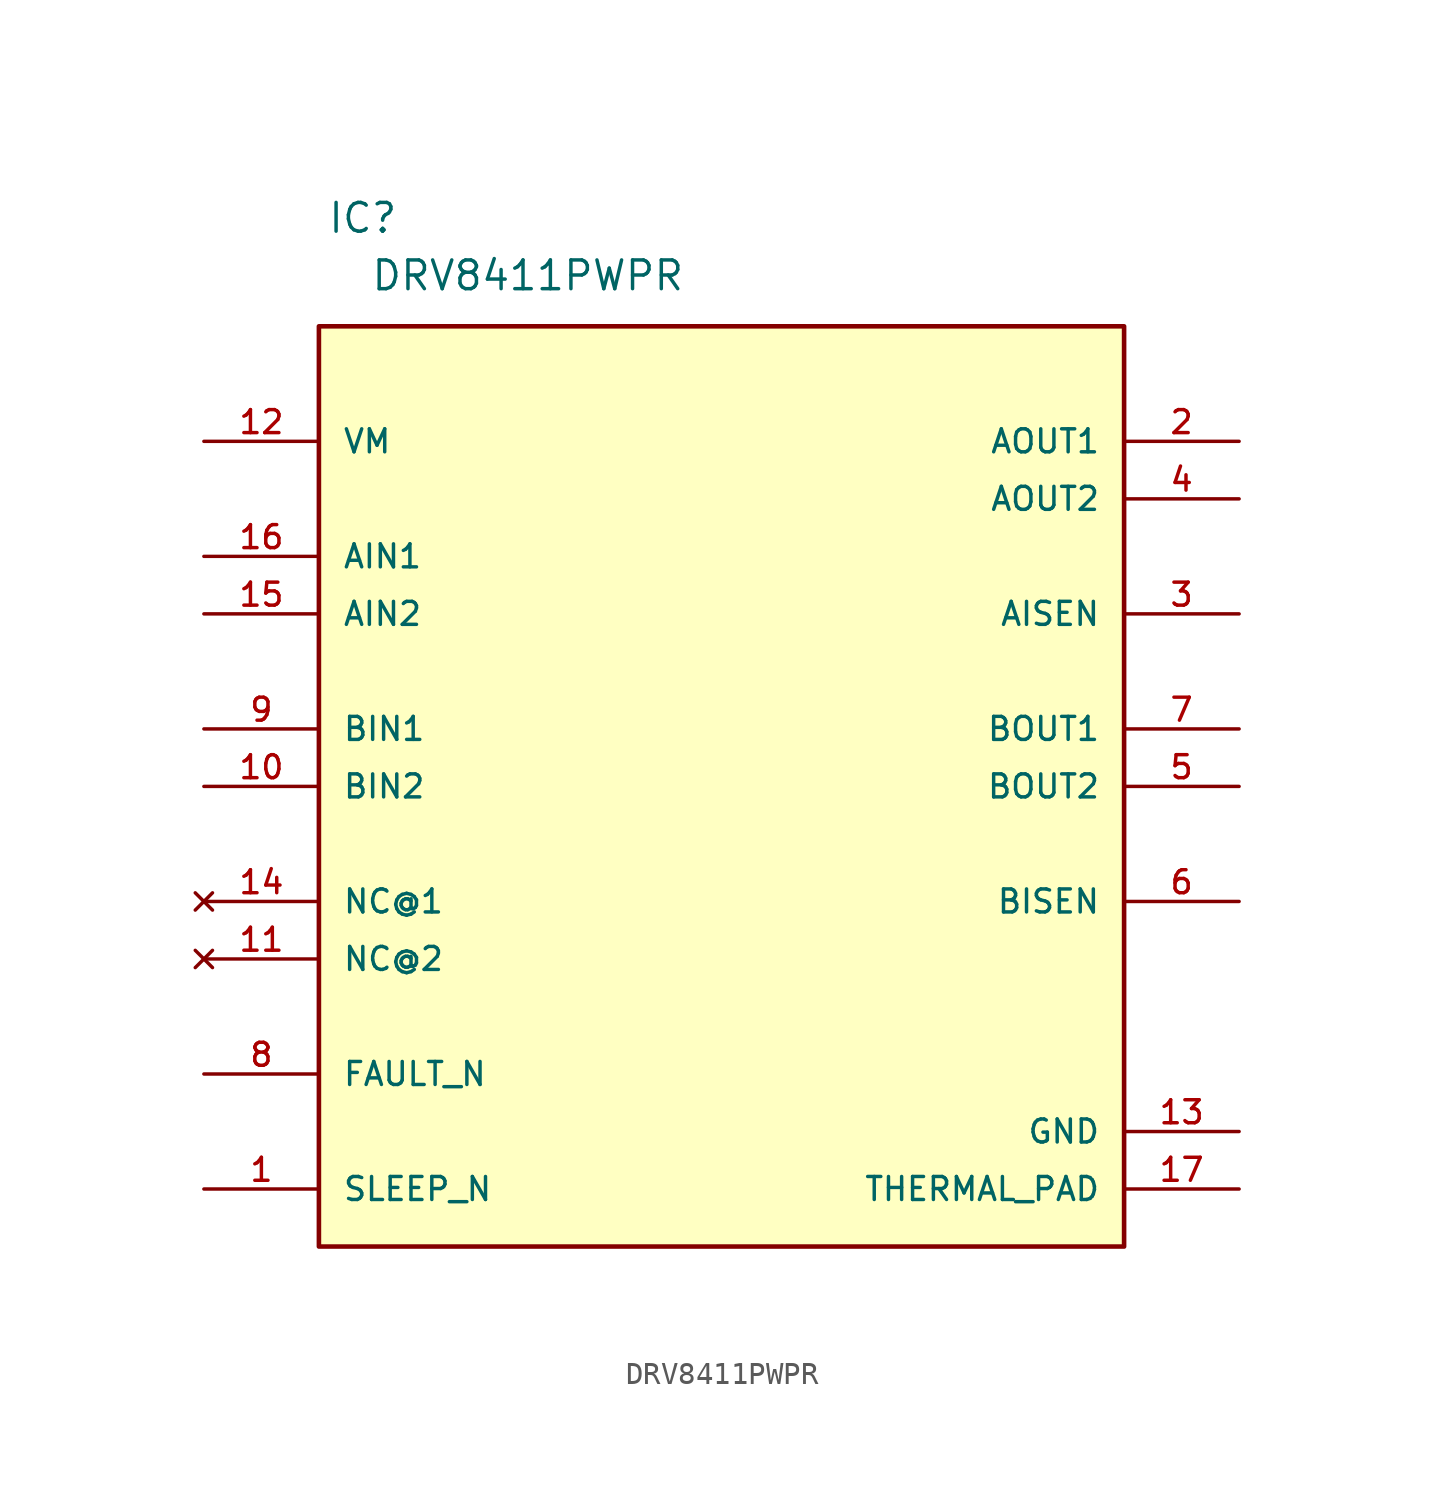
<source format=kicad_sym>
(kicad_symbol_lib
  (version 20211014)
  (generator kicad_symbol_editor)
  (symbol "DRV8411PWPR"
    (pin_names
      (offset 1.016))
    (property "Reference" "IC"
      (at -17.424 24.359 0.0)
      (effects (font (size 1.27 1.27)) (justify bottom left)))
    (property "Value" "DRV8411PWPR"
      (at -15.519 21.819 0.0)
      (effects (font (size 1.27 1.27)) (justify bottom left)))
    (symbol "DRV8411PWPR_0_0"
      (rectangle (start -17.78 -20.32) (end 17.78 20.32) (stroke (width 0.203)) (fill (type background)))
      (pin input line (at -22.86 -17.78 0) (length 5.08) (name "SLEEP_N" (effects (font (size 1.016 1.016)))) (number "1" (effects (font (size 1.016 1.016)))))
      (pin passive line (at 22.86 15.24 180.0) (length 5.08) (name "AOUT1" (effects (font (size 1.016 1.016)))) (number "2" (effects (font (size 1.016 1.016)))))
      (pin passive line (at 22.86 7.62 180.0) (length 5.08) (name "AISEN" (effects (font (size 1.016 1.016)))) (number "3" (effects (font (size 1.016 1.016)))))
      (pin passive line (at 22.86 12.7 180.0) (length 5.08) (name "AOUT2" (effects (font (size 1.016 1.016)))) (number "4" (effects (font (size 1.016 1.016)))))
      (pin passive line (at 22.86 0.0 180.0) (length 5.08) (name "BOUT2" (effects (font (size 1.016 1.016)))) (number "5" (effects (font (size 1.016 1.016)))))
      (pin passive line (at 22.86 -5.08 180.0) (length 5.08) (name "BISEN" (effects (font (size 1.016 1.016)))) (number "6" (effects (font (size 1.016 1.016)))))
      (pin passive line (at 22.86 2.54 180.0) (length 5.08) (name "BOUT1" (effects (font (size 1.016 1.016)))) (number "7" (effects (font (size 1.016 1.016)))))
      (pin open_collector line (at -22.86 -12.7 0) (length 5.08) (name "FAULT_N" (effects (font (size 1.016 1.016)))) (number "8" (effects (font (size 1.016 1.016)))))
      (pin input line (at -22.86 2.54 0) (length 5.08) (name "BIN1" (effects (font (size 1.016 1.016)))) (number "9" (effects (font (size 1.016 1.016)))))
      (pin input line (at -22.86 0.0 0) (length 5.08) (name "BIN2" (effects (font (size 1.016 1.016)))) (number "10" (effects (font (size 1.016 1.016)))))
      (pin no_connect line (at -22.86 -7.62 0) (length 5.08) (name "NC@2" (effects (font (size 1.016 1.016)))) (number "11" (effects (font (size 1.016 1.016)))))
      (pin power_in line (at -22.86 15.24 0) (length 5.08) (name "VM" (effects (font (size 1.016 1.016)))) (number "12" (effects (font (size 1.016 1.016)))))
      (pin power_in line (at 22.86 -15.24 180.0) (length 5.08) (name "GND" (effects (font (size 1.016 1.016)))) (number "13" (effects (font (size 1.016 1.016)))))
      (pin no_connect line (at -22.86 -5.08 0) (length 5.08) (name "NC@1" (effects (font (size 1.016 1.016)))) (number "14" (effects (font (size 1.016 1.016)))))
      (pin input line (at -22.86 7.62 0) (length 5.08) (name "AIN2" (effects (font (size 1.016 1.016)))) (number "15" (effects (font (size 1.016 1.016)))))
      (pin input line (at -22.86 10.16 0) (length 5.08) (name "AIN1" (effects (font (size 1.016 1.016)))) (number "16" (effects (font (size 1.016 1.016)))))
      (pin power_in line (at 22.86 -17.78 180.0) (length 5.08) (name "THERMAL_PAD" (effects (font (size 1.016 1.016)))) (number "17" (effects (font (size 1.016 1.016))))))))
</source>
